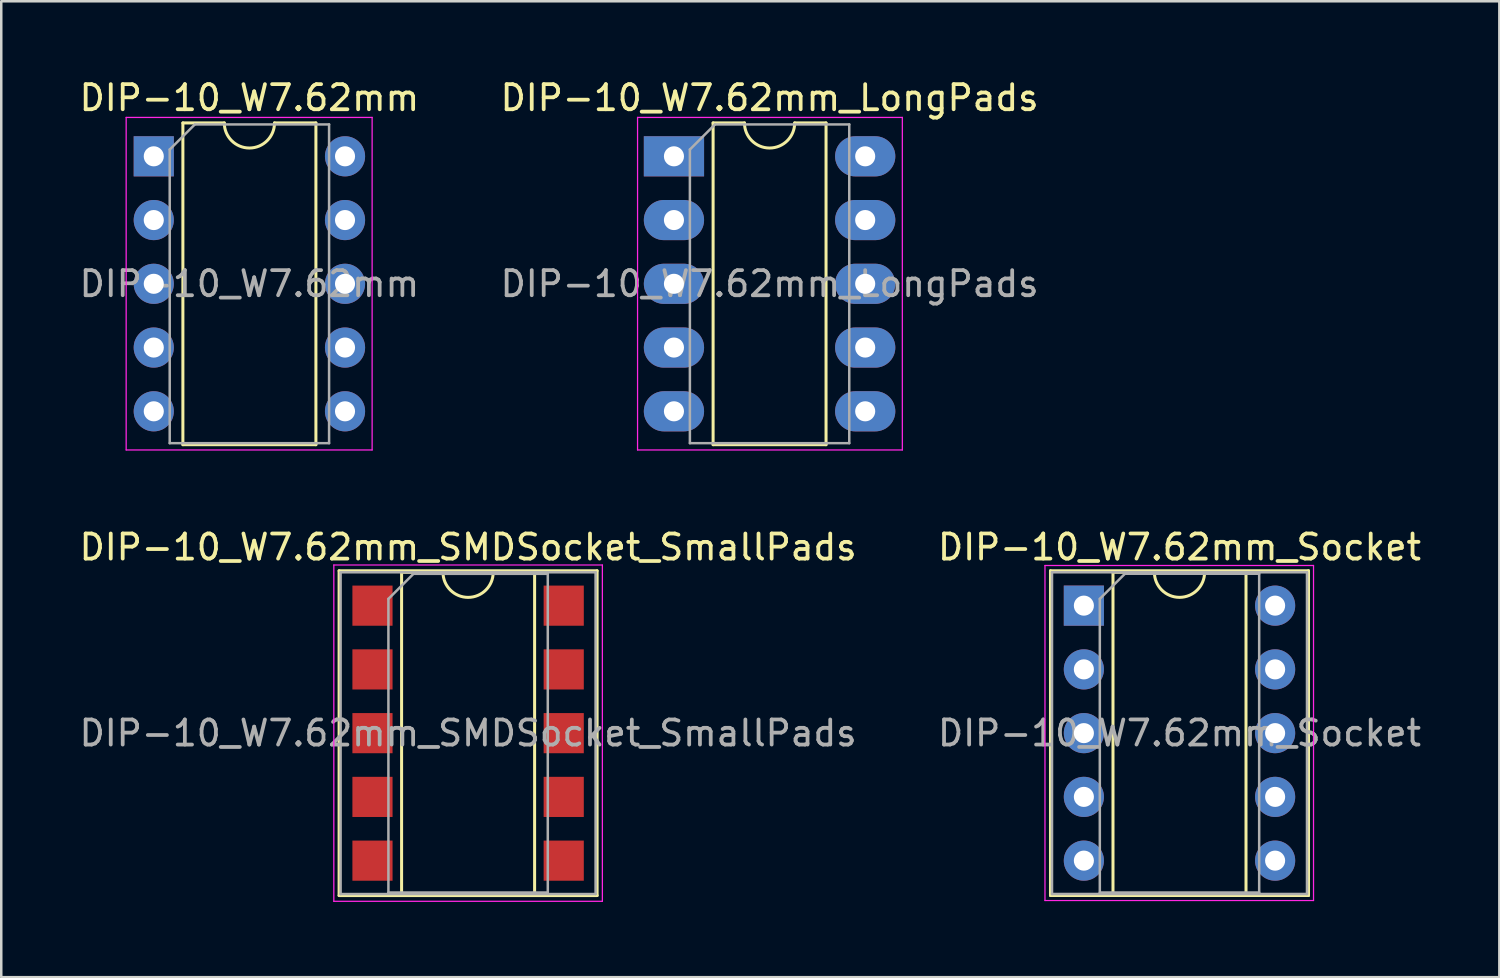
<source format=kicad_pcb>
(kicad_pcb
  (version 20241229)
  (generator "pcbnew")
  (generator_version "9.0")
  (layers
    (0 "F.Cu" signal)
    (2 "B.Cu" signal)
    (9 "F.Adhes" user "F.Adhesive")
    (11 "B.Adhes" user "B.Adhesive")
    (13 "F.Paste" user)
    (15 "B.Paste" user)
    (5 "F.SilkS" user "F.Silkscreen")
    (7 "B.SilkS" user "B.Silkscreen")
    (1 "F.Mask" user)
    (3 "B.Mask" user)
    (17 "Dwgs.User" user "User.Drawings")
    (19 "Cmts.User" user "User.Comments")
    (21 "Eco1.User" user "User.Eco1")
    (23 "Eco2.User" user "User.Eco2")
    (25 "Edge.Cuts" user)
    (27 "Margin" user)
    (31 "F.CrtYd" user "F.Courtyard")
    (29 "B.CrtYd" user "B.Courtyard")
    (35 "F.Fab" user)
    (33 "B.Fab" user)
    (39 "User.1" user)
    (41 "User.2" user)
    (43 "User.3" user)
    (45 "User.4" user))
  (footprint "DIP-10_W7.62mm_SMDSocket_SmallPads"
    (layer "F.Cu")
    (at 15.601 26.162)
    (property "Reference" "DIP-10_W7.62mm_SMDSocket_SmallPads" (at 0 -7.41 0) (layer "F.SilkS") (effects (font (size 1 1) (thickness 0.15))))
    (attr smd)
    (fp_line (start -5.14 -6.47) (end -5.14 6.47) (stroke (width 0.12) (type solid)) (layer "F.SilkS"))
    (fp_line (start -5.14 6.47) (end 5.14 6.47) (stroke (width 0.12) (type solid)) (layer "F.SilkS"))
    (fp_line (start -2.65 -6.41) (end -2.65 6.41) (stroke (width 0.12) (type solid)) (layer "F.SilkS"))
    (fp_line (start -2.65 6.41) (end 2.65 6.41) (stroke (width 0.12) (type solid)) (layer "F.SilkS"))
    (fp_line (start -1 -6.41) (end -2.65 -6.41) (stroke (width 0.12) (type solid)) (layer "F.SilkS"))
    (fp_line (start 2.65 -6.41) (end 1 -6.41) (stroke (width 0.12) (type solid)) (layer "F.SilkS"))
    (fp_line (start 2.65 6.41) (end 2.65 -6.41) (stroke (width 0.12) (type solid)) (layer "F.SilkS"))
    (fp_line (start 5.14 -6.47) (end -5.14 -6.47) (stroke (width 0.12) (type solid)) (layer "F.SilkS"))
    (fp_line (start 5.14 6.47) (end 5.14 -6.47) (stroke (width 0.12) (type solid)) (layer "F.SilkS"))
    (fp_arc (start 1 -6.41) (mid 0 -5.41) (end -1 -6.41) (stroke (width 0.12) (type solid)) (layer "F.SilkS"))
    (fp_line (start -5.35 -6.7) (end -5.35 6.7) (stroke (width 0.05) (type solid)) (layer "F.CrtYd"))
    (fp_line (start -5.35 6.7) (end 5.35 6.7) (stroke (width 0.05) (type solid)) (layer "F.CrtYd"))
    (fp_line (start 5.35 -6.7) (end -5.35 -6.7) (stroke (width 0.05) (type solid)) (layer "F.CrtYd"))
    (fp_line (start 5.35 6.7) (end 5.35 -6.7) (stroke (width 0.05) (type solid)) (layer "F.CrtYd"))
    (fp_line (start -5.08 -6.41) (end -5.08 6.41) (stroke (width 0.1) (type solid)) (layer "F.Fab"))
    (fp_line (start -5.08 6.41) (end 5.08 6.41) (stroke (width 0.1) (type solid)) (layer "F.Fab"))
    (fp_line (start -3.175 -5.35) (end -2.175 -6.35) (stroke (width 0.1) (type solid)) (layer "F.Fab"))
    (fp_line (start -3.175 6.35) (end -3.175 -5.35) (stroke (width 0.1) (type solid)) (layer "F.Fab"))
    (fp_line (start -2.175 -6.35) (end 3.175 -6.35) (stroke (width 0.1) (type solid)) (layer "F.Fab"))
    (fp_line (start 3.175 -6.35) (end 3.175 6.35) (stroke (width 0.1) (type solid)) (layer "F.Fab"))
    (fp_line (start 3.175 6.35) (end -3.175 6.35) (stroke (width 0.1) (type solid)) (layer "F.Fab"))
    (fp_line (start 5.08 -6.41) (end -5.08 -6.41) (stroke (width 0.1) (type solid)) (layer "F.Fab"))
    (fp_line (start 5.08 6.41) (end 5.08 -6.41) (stroke (width 0.1) (type solid)) (layer "F.Fab"))
    (fp_text user "${REFERENCE}" (at 0 0 0) (layer "F.Fab") (effects (font (size 1 1) (thickness 0.15))))
    (pad "1" smd rect (at -3.81 -5.08) (size 1.6 1.6) (layers "F.Cu" "F.Mask" "F.Paste"))
    (pad "2" smd rect (at -3.81 -2.54) (size 1.6 1.6) (layers "F.Cu" "F.Mask" "F.Paste"))
    (pad "3" smd rect (at -3.81 0) (size 1.6 1.6) (layers "F.Cu" "F.Mask" "F.Paste"))
    (pad "4" smd rect (at -3.81 2.54) (size 1.6 1.6) (layers "F.Cu" "F.Mask" "F.Paste"))
    (pad "5" smd rect (at -3.81 5.08) (size 1.6 1.6) (layers "F.Cu" "F.Mask" "F.Paste"))
    (pad "6" smd rect (at 3.81 5.08) (size 1.6 1.6) (layers "F.Cu" "F.Mask" "F.Paste"))
    (pad "7" smd rect (at 3.81 2.54) (size 1.6 1.6) (layers "F.Cu" "F.Mask" "F.Paste"))
    (pad "8" smd rect (at 3.81 0) (size 1.6 1.6) (layers "F.Cu" "F.Mask" "F.Paste"))
    (pad "9" smd rect (at 3.81 -2.54) (size 1.6 1.6) (layers "F.Cu" "F.Mask" "F.Paste"))
    (pad "10" smd rect (at 3.81 -5.08) (size 1.6 1.6) (layers "F.Cu" "F.Mask" "F.Paste")))
  (footprint "DIP-10_W7.62mm"
    (layer "F.Cu")
    (at 3.077 3.178)
    (property "Reference" "DIP-10_W7.62mm" (at 3.81 -2.33 0) (layer "F.SilkS") (effects (font (size 1 1) (thickness 0.15))))
    (attr through_hole)
    (fp_line (start 1.16 -1.33) (end 1.16 11.49) (stroke (width 0.12) (type solid)) (layer "F.SilkS"))
    (fp_line (start 1.16 11.49) (end 6.46 11.49) (stroke (width 0.12) (type solid)) (layer "F.SilkS"))
    (fp_line (start 2.81 -1.33) (end 1.16 -1.33) (stroke (width 0.12) (type solid)) (layer "F.SilkS"))
    (fp_line (start 6.46 -1.33) (end 4.81 -1.33) (stroke (width 0.12) (type solid)) (layer "F.SilkS"))
    (fp_line (start 6.46 11.49) (end 6.46 -1.33) (stroke (width 0.12) (type solid)) (layer "F.SilkS"))
    (fp_arc (start 4.81 -1.33) (mid 3.81 -0.33) (end 2.81 -1.33) (stroke (width 0.12) (type solid)) (layer "F.SilkS"))
    (fp_line (start -1.1 -1.55) (end -1.1 11.7) (stroke (width 0.05) (type solid)) (layer "F.CrtYd"))
    (fp_line (start -1.1 11.7) (end 8.7 11.7) (stroke (width 0.05) (type solid)) (layer "F.CrtYd"))
    (fp_line (start 8.7 -1.55) (end -1.1 -1.55) (stroke (width 0.05) (type solid)) (layer "F.CrtYd"))
    (fp_line (start 8.7 11.7) (end 8.7 -1.55) (stroke (width 0.05) (type solid)) (layer "F.CrtYd"))
    (fp_line (start 0.635 -0.27) (end 1.635 -1.27) (stroke (width 0.1) (type solid)) (layer "F.Fab"))
    (fp_line (start 0.635 11.43) (end 0.635 -0.27) (stroke (width 0.1) (type solid)) (layer "F.Fab"))
    (fp_line (start 1.635 -1.27) (end 6.985 -1.27) (stroke (width 0.1) (type solid)) (layer "F.Fab"))
    (fp_line (start 6.985 -1.27) (end 6.985 11.43) (stroke (width 0.1) (type solid)) (layer "F.Fab"))
    (fp_line (start 6.985 11.43) (end 0.635 11.43) (stroke (width 0.1) (type solid)) (layer "F.Fab"))
    (fp_text user "${REFERENCE}" (at 3.81 5.08 0) (layer "F.Fab") (effects (font (size 1 1) (thickness 0.15))))
    (pad "1" thru_hole rect (at 0 0) (size 1.6 1.6) (drill 0.8) (layers "*.Cu" "*.Mask"))
    (pad "2" thru_hole oval (at 0 2.54) (size 1.6 1.6) (drill 0.8) (layers "*.Cu" "*.Mask"))
    (pad "3" thru_hole oval (at 0 5.08) (size 1.6 1.6) (drill 0.8) (layers "*.Cu" "*.Mask"))
    (pad "4" thru_hole oval (at 0 7.62) (size 1.6 1.6) (drill 0.8) (layers "*.Cu" "*.Mask"))
    (pad "5" thru_hole oval (at 0 10.16) (size 1.6 1.6) (drill 0.8) (layers "*.Cu" "*.Mask"))
    (pad "6" thru_hole oval (at 7.62 10.16) (size 1.6 1.6) (drill 0.8) (layers "*.Cu" "*.Mask"))
    (pad "7" thru_hole oval (at 7.62 7.62) (size 1.6 1.6) (drill 0.8) (layers "*.Cu" "*.Mask"))
    (pad "8" thru_hole oval (at 7.62 5.08) (size 1.6 1.6) (drill 0.8) (layers "*.Cu" "*.Mask"))
    (pad "9" thru_hole oval (at 7.62 2.54) (size 1.6 1.6) (drill 0.8) (layers "*.Cu" "*.Mask"))
    (pad "10" thru_hole oval (at 7.62 0) (size 1.6 1.6) (drill 0.8) (layers "*.Cu" "*.Mask")))
  (footprint "DIP-10_W7.62mm_Socket"
    (layer "F.Cu")
    (at 40.136 21.081)
    (property "Reference" "DIP-10_W7.62mm_Socket" (at 3.81 -2.33 0) (layer "F.SilkS") (effects (font (size 1 1) (thickness 0.15))))
    (attr through_hole)
    (fp_line (start -1.33 -1.39) (end -1.33 11.55) (stroke (width 0.12) (type solid)) (layer "F.SilkS"))
    (fp_line (start -1.33 11.55) (end 8.95 11.55) (stroke (width 0.12) (type solid)) (layer "F.SilkS"))
    (fp_line (start 1.16 -1.33) (end 1.16 11.49) (stroke (width 0.12) (type solid)) (layer "F.SilkS"))
    (fp_line (start 1.16 11.49) (end 6.46 11.49) (stroke (width 0.12) (type solid)) (layer "F.SilkS"))
    (fp_line (start 2.81 -1.33) (end 1.16 -1.33) (stroke (width 0.12) (type solid)) (layer "F.SilkS"))
    (fp_line (start 6.46 -1.33) (end 4.81 -1.33) (stroke (width 0.12) (type solid)) (layer "F.SilkS"))
    (fp_line (start 6.46 11.49) (end 6.46 -1.33) (stroke (width 0.12) (type solid)) (layer "F.SilkS"))
    (fp_line (start 8.95 -1.39) (end -1.33 -1.39) (stroke (width 0.12) (type solid)) (layer "F.SilkS"))
    (fp_line (start 8.95 11.55) (end 8.95 -1.39) (stroke (width 0.12) (type solid)) (layer "F.SilkS"))
    (fp_arc (start 4.81 -1.33) (mid 3.81 -0.33) (end 2.81 -1.33) (stroke (width 0.12) (type solid)) (layer "F.SilkS"))
    (fp_line (start -1.55 -1.6) (end -1.55 11.75) (stroke (width 0.05) (type solid)) (layer "F.CrtYd"))
    (fp_line (start -1.55 11.75) (end 9.15 11.75) (stroke (width 0.05) (type solid)) (layer "F.CrtYd"))
    (fp_line (start 9.15 -1.6) (end -1.55 -1.6) (stroke (width 0.05) (type solid)) (layer "F.CrtYd"))
    (fp_line (start 9.15 11.75) (end 9.15 -1.6) (stroke (width 0.05) (type solid)) (layer "F.CrtYd"))
    (fp_line (start -1.27 -1.33) (end -1.27 11.49) (stroke (width 0.1) (type solid)) (layer "F.Fab"))
    (fp_line (start -1.27 11.49) (end 8.89 11.49) (stroke (width 0.1) (type solid)) (layer "F.Fab"))
    (fp_line (start 0.635 -0.27) (end 1.635 -1.27) (stroke (width 0.1) (type solid)) (layer "F.Fab"))
    (fp_line (start 0.635 11.43) (end 0.635 -0.27) (stroke (width 0.1) (type solid)) (layer "F.Fab"))
    (fp_line (start 1.635 -1.27) (end 6.985 -1.27) (stroke (width 0.1) (type solid)) (layer "F.Fab"))
    (fp_line (start 6.985 -1.27) (end 6.985 11.43) (stroke (width 0.1) (type solid)) (layer "F.Fab"))
    (fp_line (start 6.985 11.43) (end 0.635 11.43) (stroke (width 0.1) (type solid)) (layer "F.Fab"))
    (fp_line (start 8.89 -1.33) (end -1.27 -1.33) (stroke (width 0.1) (type solid)) (layer "F.Fab"))
    (fp_line (start 8.89 11.49) (end 8.89 -1.33) (stroke (width 0.1) (type solid)) (layer "F.Fab"))
    (fp_text user "${REFERENCE}" (at 3.81 5.08 0) (layer "F.Fab") (effects (font (size 1 1) (thickness 0.15))))
    (pad "1" thru_hole rect (at 0 0) (size 1.6 1.6) (drill 0.8) (layers "*.Cu" "*.Mask"))
    (pad "2" thru_hole oval (at 0 2.54) (size 1.6 1.6) (drill 0.8) (layers "*.Cu" "*.Mask"))
    (pad "3" thru_hole oval (at 0 5.08) (size 1.6 1.6) (drill 0.8) (layers "*.Cu" "*.Mask"))
    (pad "4" thru_hole oval (at 0 7.62) (size 1.6 1.6) (drill 0.8) (layers "*.Cu" "*.Mask"))
    (pad "5" thru_hole oval (at 0 10.16) (size 1.6 1.6) (drill 0.8) (layers "*.Cu" "*.Mask"))
    (pad "6" thru_hole oval (at 7.62 10.16) (size 1.6 1.6) (drill 0.8) (layers "*.Cu" "*.Mask"))
    (pad "7" thru_hole oval (at 7.62 7.62) (size 1.6 1.6) (drill 0.8) (layers "*.Cu" "*.Mask"))
    (pad "8" thru_hole oval (at 7.62 5.08) (size 1.6 1.6) (drill 0.8) (layers "*.Cu" "*.Mask"))
    (pad "9" thru_hole oval (at 7.62 2.54) (size 1.6 1.6) (drill 0.8) (layers "*.Cu" "*.Mask"))
    (pad "10" thru_hole oval (at 7.62 0) (size 1.6 1.6) (drill 0.8) (layers "*.Cu" "*.Mask")))
  (footprint "DIP-10_W7.62mm_LongPads"
    (layer "F.Cu")
    (at 23.803 3.178)
    (property "Reference" "DIP-10_W7.62mm_LongPads" (at 3.81 -2.33 0) (layer "F.SilkS") (effects (font (size 1 1) (thickness 0.15))))
    (attr through_hole)
    (fp_line (start 1.56 -1.33) (end 1.56 11.49) (stroke (width 0.12) (type solid)) (layer "F.SilkS"))
    (fp_line (start 1.56 11.49) (end 6.06 11.49) (stroke (width 0.12) (type solid)) (layer "F.SilkS"))
    (fp_line (start 2.81 -1.33) (end 1.56 -1.33) (stroke (width 0.12) (type solid)) (layer "F.SilkS"))
    (fp_line (start 6.06 -1.33) (end 4.81 -1.33) (stroke (width 0.12) (type solid)) (layer "F.SilkS"))
    (fp_line (start 6.06 11.49) (end 6.06 -1.33) (stroke (width 0.12) (type solid)) (layer "F.SilkS"))
    (fp_arc (start 4.81 -1.33) (mid 3.81 -0.33) (end 2.81 -1.33) (stroke (width 0.12) (type solid)) (layer "F.SilkS"))
    (fp_line (start -1.45 -1.55) (end -1.45 11.7) (stroke (width 0.05) (type solid)) (layer "F.CrtYd"))
    (fp_line (start -1.45 11.7) (end 9.1 11.7) (stroke (width 0.05) (type solid)) (layer "F.CrtYd"))
    (fp_line (start 9.1 -1.55) (end -1.45 -1.55) (stroke (width 0.05) (type solid)) (layer "F.CrtYd"))
    (fp_line (start 9.1 11.7) (end 9.1 -1.55) (stroke (width 0.05) (type solid)) (layer "F.CrtYd"))
    (fp_line (start 0.635 -0.27) (end 1.635 -1.27) (stroke (width 0.1) (type solid)) (layer "F.Fab"))
    (fp_line (start 0.635 11.43) (end 0.635 -0.27) (stroke (width 0.1) (type solid)) (layer "F.Fab"))
    (fp_line (start 1.635 -1.27) (end 6.985 -1.27) (stroke (width 0.1) (type solid)) (layer "F.Fab"))
    (fp_line (start 6.985 -1.27) (end 6.985 11.43) (stroke (width 0.1) (type solid)) (layer "F.Fab"))
    (fp_line (start 6.985 11.43) (end 0.635 11.43) (stroke (width 0.1) (type solid)) (layer "F.Fab"))
    (fp_text user "${REFERENCE}" (at 3.81 5.08 0) (layer "F.Fab") (effects (font (size 1 1) (thickness 0.15))))
    (pad "1" thru_hole rect (at 0 0) (size 2.4 1.6) (drill 0.8) (layers "*.Cu" "*.Mask"))
    (pad "2" thru_hole oval (at 0 2.54) (size 2.4 1.6) (drill 0.8) (layers "*.Cu" "*.Mask"))
    (pad "3" thru_hole oval (at 0 5.08) (size 2.4 1.6) (drill 0.8) (layers "*.Cu" "*.Mask"))
    (pad "4" thru_hole oval (at 0 7.62) (size 2.4 1.6) (drill 0.8) (layers "*.Cu" "*.Mask"))
    (pad "5" thru_hole oval (at 0 10.16) (size 2.4 1.6) (drill 0.8) (layers "*.Cu" "*.Mask"))
    (pad "6" thru_hole oval (at 7.62 10.16) (size 2.4 1.6) (drill 0.8) (layers "*.Cu" "*.Mask"))
    (pad "7" thru_hole oval (at 7.62 7.62) (size 2.4 1.6) (drill 0.8) (layers "*.Cu" "*.Mask"))
    (pad "8" thru_hole oval (at 7.62 5.08) (size 2.4 1.6) (drill 0.8) (layers "*.Cu" "*.Mask"))
    (pad "9" thru_hole oval (at 7.62 2.54) (size 2.4 1.6) (drill 0.8) (layers "*.Cu" "*.Mask"))
    (pad "10" thru_hole oval (at 7.62 0) (size 2.4 1.6) (drill 0.8) (layers "*.Cu" "*.Mask")))
  (gr_rect
    (start -3 -3)
    (end 56.69 35.886)
    (stroke (width 0.1) (type default))
    (fill no)
    (layer "Edge.Cuts")))
</source>
